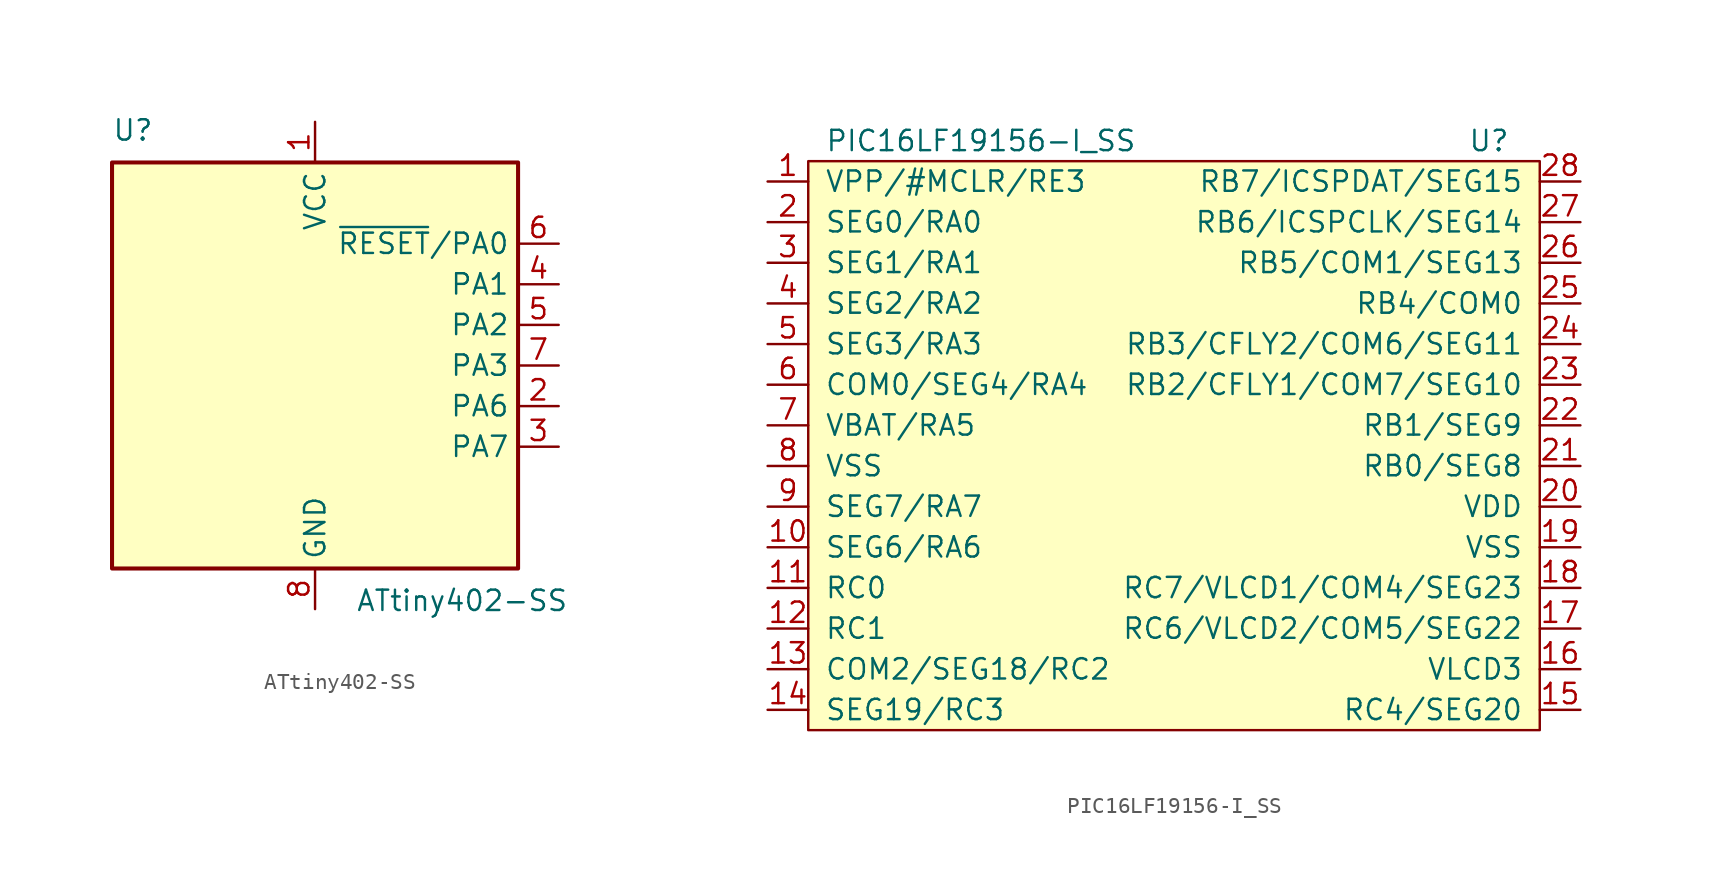
<source format=kicad_sym>
(kicad_symbol_lib
  (version 20231120)
  (generator "kicad_symbol_editor")
  (generator_version "8.0")
  (symbol "ATtiny402-SS"
    (property "Reference" "U"
      (at -12.7 13.97 0)
      (effects (font (size 1.27 1.27)) (justify left bottom)))
    (property "Value" "ATtiny402-SS"
      (at 2.54 -13.97 0)
      (effects (font (size 1.27 1.27)) (justify left top)))
    (symbol "ATtiny402-SS_0_1"
      (rectangle (start -12.7 -12.7) (end 12.7 12.7) (stroke (width 0.254) (type default)) (fill (type background))))
    (symbol "ATtiny402-SS_1_1"
      (pin power_in line (at 0 15.24 270) (length 2.54) (name "VCC" (effects (font (size 1.27 1.27)))) (number "1" (effects (font (size 1.27 1.27)))))
      (pin bidirectional line (at 15.24 -2.54 180) (length 2.54) (name "PA6" (effects (font (size 1.27 1.27)))) (number "2" (effects (font (size 1.27 1.27)))))
      (pin bidirectional line (at 15.24 -5.08 180) (length 2.54) (name "PA7" (effects (font (size 1.27 1.27)))) (number "3" (effects (font (size 1.27 1.27)))))
      (pin bidirectional line (at 15.24 5.08 180) (length 2.54) (name "PA1" (effects (font (size 1.27 1.27)))) (number "4" (effects (font (size 1.27 1.27)))))
      (pin bidirectional line (at 15.24 2.54 180) (length 2.54) (name "PA2" (effects (font (size 1.27 1.27)))) (number "5" (effects (font (size 1.27 1.27)))))
      (pin bidirectional line (at 15.24 7.62 180) (length 2.54) (name "~{RESET}/PA0" (effects (font (size 1.27 1.27)))) (number "6" (effects (font (size 1.27 1.27)))))
      (pin bidirectional line (at 15.24 0 180) (length 2.54) (name "PA3" (effects (font (size 1.27 1.27)))) (number "7" (effects (font (size 1.27 1.27)))))
      (pin power_in line (at 0 -15.24 90) (length 2.54) (name "GND" (effects (font (size 1.27 1.27)))) (number "8" (effects (font (size 1.27 1.27)))))))
  (symbol "PIC16LF19156-I_SS"
    (pin_names
      (offset 1.016))
    (property "Reference" "U"
      (at 14.605 -1.27 0)
      (effects (font (size 1.27 1.27))))
    (property "Value" "PIC16LF19156-I_SS"
      (at -17.145 -1.27 0)
      (effects (font (size 1.27 1.27))))
    (symbol "PIC16LF19156-I_SS_0_0"
      (pin unspecified line (at -30.48 -3.81 0) (length 2.54) (name "VPP/#MCLR/RE3" (effects (font (size 1.27 1.27)))) (number "1" (effects (font (size 1.27 1.27)))))
      (pin unspecified line (at -30.48 -26.67 0) (length 2.54) (name "SEG6/RA6" (effects (font (size 1.27 1.27)))) (number "10" (effects (font (size 1.27 1.27)))))
      (pin unspecified line (at -30.48 -29.21 0) (length 2.54) (name "RC0" (effects (font (size 1.27 1.27)))) (number "11" (effects (font (size 1.27 1.27)))))
      (pin unspecified line (at -30.48 -31.75 0) (length 2.54) (name "RC1" (effects (font (size 1.27 1.27)))) (number "12" (effects (font (size 1.27 1.27)))))
      (pin unspecified line (at -30.48 -34.29 0) (length 2.54) (name "COM2/SEG18/RC2" (effects (font (size 1.27 1.27)))) (number "13" (effects (font (size 1.27 1.27)))))
      (pin unspecified line (at -30.48 -36.83 0) (length 2.54) (name "SEG19/RC3" (effects (font (size 1.27 1.27)))) (number "14" (effects (font (size 1.27 1.27)))))
      (pin unspecified line (at 20.32 -36.83 180) (length 2.54) (name "RC4/SEG20" (effects (font (size 1.27 1.27)))) (number "15" (effects (font (size 1.27 1.27)))))
      (pin unspecified line (at 20.32 -34.29 180) (length 2.54) (name "VLCD3" (effects (font (size 1.27 1.27)))) (number "16" (effects (font (size 1.27 1.27)))))
      (pin unspecified line (at 20.32 -31.75 180) (length 2.54) (name "RC6/VLCD2/COM5/SEG22" (effects (font (size 1.27 1.27)))) (number "17" (effects (font (size 1.27 1.27)))))
      (pin unspecified line (at 20.32 -29.21 180) (length 2.54) (name "RC7/VLCD1/COM4/SEG23" (effects (font (size 1.27 1.27)))) (number "18" (effects (font (size 1.27 1.27)))))
      (pin unspecified line (at 20.32 -26.67 180) (length 2.54) (name "VSS" (effects (font (size 1.27 1.27)))) (number "19" (effects (font (size 1.27 1.27)))))
      (pin unspecified line (at -30.48 -6.35 0) (length 2.54) (name "SEG0/RA0" (effects (font (size 1.27 1.27)))) (number "2" (effects (font (size 1.27 1.27)))))
      (pin unspecified line (at 20.32 -24.13 180) (length 2.54) (name "VDD" (effects (font (size 1.27 1.27)))) (number "20" (effects (font (size 1.27 1.27)))))
      (pin unspecified line (at 20.32 -21.59 180) (length 2.54) (name "RB0/SEG8" (effects (font (size 1.27 1.27)))) (number "21" (effects (font (size 1.27 1.27)))))
      (pin unspecified line (at 20.32 -19.05 180) (length 2.54) (name "RB1/SEG9" (effects (font (size 1.27 1.27)))) (number "22" (effects (font (size 1.27 1.27)))))
      (pin unspecified line (at 20.32 -16.51 180) (length 2.54) (name "RB2/CFLY1/COM7/SEG10" (effects (font (size 1.27 1.27)))) (number "23" (effects (font (size 1.27 1.27)))))
      (pin unspecified line (at 20.32 -13.97 180) (length 2.54) (name "RB3/CFLY2/COM6/SEG11" (effects (font (size 1.27 1.27)))) (number "24" (effects (font (size 1.27 1.27)))))
      (pin unspecified line (at 20.32 -11.43 180) (length 2.54) (name "RB4/COM0" (effects (font (size 1.27 1.27)))) (number "25" (effects (font (size 1.27 1.27)))))
      (pin unspecified line (at 20.32 -8.89 180) (length 2.54) (name "RB5/COM1/SEG13" (effects (font (size 1.27 1.27)))) (number "26" (effects (font (size 1.27 1.27)))))
      (pin unspecified line (at 20.32 -6.35 180) (length 2.54) (name "RB6/ICSPCLK/SEG14" (effects (font (size 1.27 1.27)))) (number "27" (effects (font (size 1.27 1.27)))))
      (pin unspecified line (at 20.32 -3.81 180) (length 2.54) (name "RB7/ICSPDAT/SEG15" (effects (font (size 1.27 1.27)))) (number "28" (effects (font (size 1.27 1.27)))))
      (pin unspecified line (at -30.48 -8.89 0) (length 2.54) (name "SEG1/RA1" (effects (font (size 1.27 1.27)))) (number "3" (effects (font (size 1.27 1.27)))))
      (pin unspecified line (at -30.48 -11.43 0) (length 2.54) (name "SEG2/RA2" (effects (font (size 1.27 1.27)))) (number "4" (effects (font (size 1.27 1.27)))))
      (pin unspecified line (at -30.48 -13.97 0) (length 2.54) (name "SEG3/RA3" (effects (font (size 1.27 1.27)))) (number "5" (effects (font (size 1.27 1.27)))))
      (pin unspecified line (at -30.48 -16.51 0) (length 2.54) (name "COM0/SEG4/RA4" (effects (font (size 1.27 1.27)))) (number "6" (effects (font (size 1.27 1.27)))))
      (pin unspecified line (at -30.48 -19.05 0) (length 2.54) (name "VBAT/RA5" (effects (font (size 1.27 1.27)))) (number "7" (effects (font (size 1.27 1.27)))))
      (pin unspecified line (at -30.48 -21.59 0) (length 2.54) (name "VSS" (effects (font (size 1.27 1.27)))) (number "8" (effects (font (size 1.27 1.27)))))
      (pin unspecified line (at -30.48 -24.13 0) (length 2.54) (name "SEG7/RA7" (effects (font (size 1.27 1.27)))) (number "9" (effects (font (size 1.27 1.27))))))
    (symbol "PIC16LF19156-I_SS_0_1"
      (rectangle (start -27.94 -2.54) (end 17.78 -38.1) (stroke (width 0) (type default)) (fill (type background))))))
</source>
